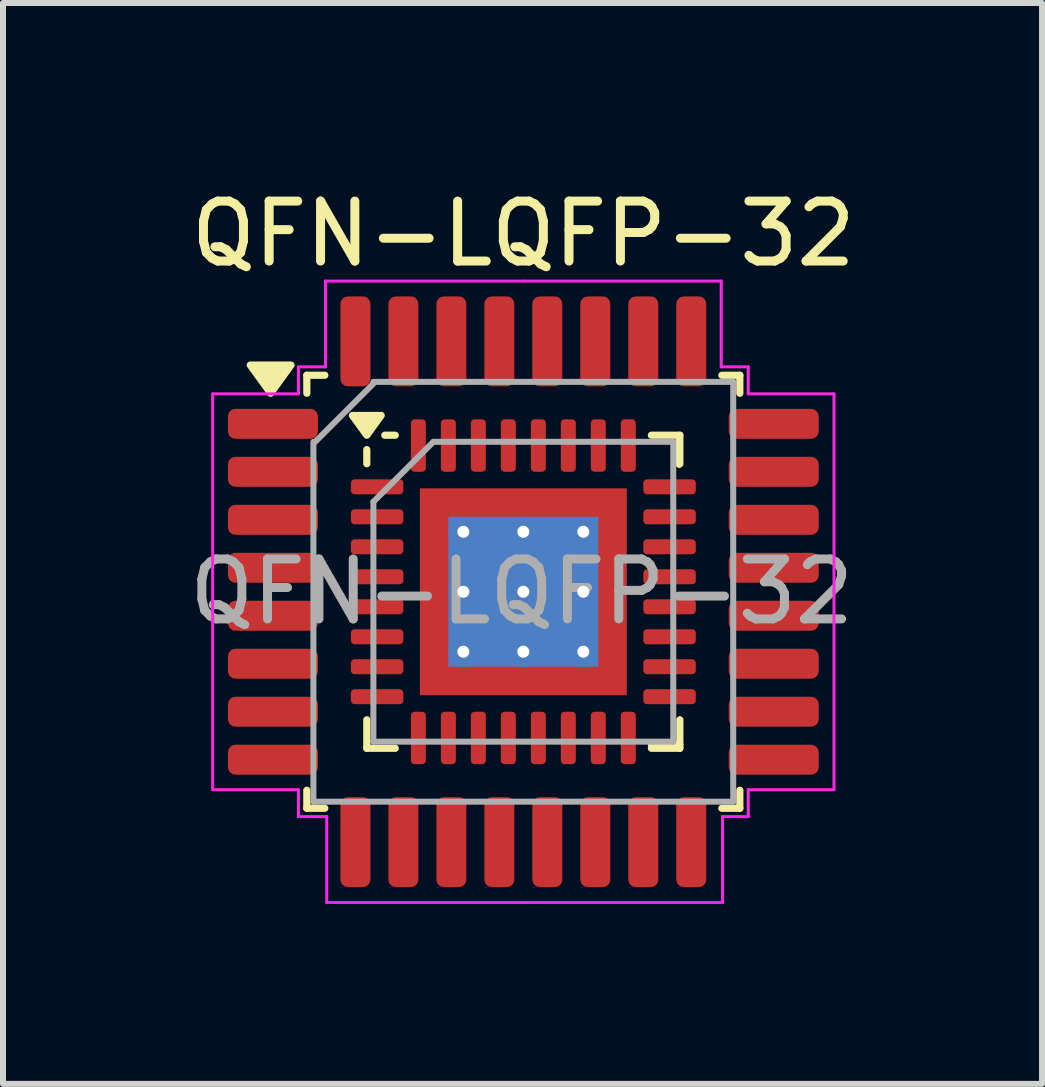
<source format=kicad_pcb>
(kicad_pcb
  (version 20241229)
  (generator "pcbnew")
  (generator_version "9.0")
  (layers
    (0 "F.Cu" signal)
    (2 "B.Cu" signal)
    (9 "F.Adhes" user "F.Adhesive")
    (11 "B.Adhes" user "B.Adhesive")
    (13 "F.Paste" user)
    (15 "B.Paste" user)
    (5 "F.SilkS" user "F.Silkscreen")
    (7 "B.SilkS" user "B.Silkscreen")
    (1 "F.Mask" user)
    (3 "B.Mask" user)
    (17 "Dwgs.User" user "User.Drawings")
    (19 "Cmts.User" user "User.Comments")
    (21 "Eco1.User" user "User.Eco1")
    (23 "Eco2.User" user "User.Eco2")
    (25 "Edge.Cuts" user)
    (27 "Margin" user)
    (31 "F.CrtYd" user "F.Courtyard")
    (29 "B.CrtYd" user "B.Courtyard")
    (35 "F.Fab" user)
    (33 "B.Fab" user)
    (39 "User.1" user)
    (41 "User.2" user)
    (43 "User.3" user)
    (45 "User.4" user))
  (footprint "QFN-LQFP-32"
    (layer "F.Cu")
    (at 5.676 6.817)
    (property "Reference" "QFN-LQFP-32" (at 0 -5.969 0) (layer "F.SilkS") (effects (font (size 1 1) (thickness 0.15))))
    (attr smd)
    (fp_line (start -3.61 -3.61) (end -3.61 -3.31) (stroke (width 0.12) (type solid)) (layer "F.SilkS"))
    (fp_line (start -3.61 3.61) (end -3.61 3.31) (stroke (width 0.12) (type solid)) (layer "F.SilkS"))
    (fp_line (start -3.31 -3.61) (end -3.61 -3.61) (stroke (width 0.12) (type solid)) (layer "F.SilkS"))
    (fp_line (start -3.31 3.61) (end -3.61 3.61) (stroke (width 0.12) (type solid)) (layer "F.SilkS"))
    (fp_line (start -2.61 -2.135) (end -2.61 -2.37) (stroke (width 0.12) (type solid)) (layer "F.SilkS"))
    (fp_line (start -2.61 2.61) (end -2.61 2.135) (stroke (width 0.12) (type solid)) (layer "F.SilkS"))
    (fp_line (start -2.135 -2.61) (end -2.31 -2.61) (stroke (width 0.12) (type solid)) (layer "F.SilkS"))
    (fp_line (start -2.135 2.61) (end -2.61 2.61) (stroke (width 0.12) (type solid)) (layer "F.SilkS"))
    (fp_line (start 2.135 -2.61) (end 2.61 -2.61) (stroke (width 0.12) (type solid)) (layer "F.SilkS"))
    (fp_line (start 2.135 2.61) (end 2.61 2.61) (stroke (width 0.12) (type solid)) (layer "F.SilkS"))
    (fp_line (start 2.6 -2.6) (end 2.6 -2.125) (stroke (width 0.12) (type solid)) (layer "F.SilkS"))
    (fp_line (start 2.61 -2.61) (end 2.61 -2.135) (stroke (width 0.12) (type solid)) (layer "F.SilkS"))
    (fp_line (start 2.61 2.55) (end 2.135 2.55) (stroke (width 0.12) (type solid)) (layer "F.SilkS"))
    (fp_line (start 2.61 2.61) (end 2.61 2.135) (stroke (width 0.12) (type solid)) (layer "F.SilkS"))
    (fp_line (start 3.31 -3.61) (end 3.61 -3.61) (stroke (width 0.12) (type solid)) (layer "F.SilkS"))
    (fp_line (start 3.31 3.61) (end 3.61 3.61) (stroke (width 0.12) (type solid)) (layer "F.SilkS"))
    (fp_line (start 3.61 -3.61) (end 3.61 -3.31) (stroke (width 0.12) (type solid)) (layer "F.SilkS"))
    (fp_line (start 3.61 3.61) (end 3.61 3.31) (stroke (width 0.12) (type solid)) (layer "F.SilkS"))
    (fp_poly (pts (xy -4.213 -3.31) (xy -4.553 -3.78) (xy -3.873 -3.78) (xy -4.213 -3.31)) (stroke (width 0.12) (type solid)) (fill yes) (layer "F.SilkS"))
    (fp_poly (pts (xy -2.61 -2.61) (xy -2.85 -2.94) (xy -2.37 -2.94) (xy -2.61 -2.61)) (stroke (width 0.12) (type solid)) (fill yes) (layer "F.SilkS"))
    (fp_line (start -5.18 -3.3) (end -5.18 0) (stroke (width 0.05) (type solid)) (layer "F.CrtYd"))
    (fp_line (start -5.18 3.3) (end -5.18 0) (stroke (width 0.05) (type solid)) (layer "F.CrtYd"))
    (fp_line (start -3.75 -3.75) (end -3.75 -3.3) (stroke (width 0.05) (type solid)) (layer "F.CrtYd"))
    (fp_line (start -3.75 -3.3) (end -5.18 -3.3) (stroke (width 0.05) (type solid)) (layer "F.CrtYd"))
    (fp_line (start -3.75 3.3) (end -5.18 3.3) (stroke (width 0.05) (type solid)) (layer "F.CrtYd"))
    (fp_line (start -3.75 3.75) (end -3.75 3.3) (stroke (width 0.05) (type solid)) (layer "F.CrtYd"))
    (fp_line (start -3.3 -5.18) (end -3.3 -3.75) (stroke (width 0.05) (type solid)) (layer "F.CrtYd"))
    (fp_line (start -3.3 -3.75) (end -3.75 -3.75) (stroke (width 0.05) (type solid)) (layer "F.CrtYd"))
    (fp_line (start -3.278 3.75) (end -3.75 3.75) (stroke (width 0.05) (type solid)) (layer "F.CrtYd"))
    (fp_line (start -3.278 3.75) (end -3.278 5.18) (stroke (width 0.05) (type solid)) (layer "F.CrtYd"))
    (fp_line (start -3.278 5.18) (end 0.022 5.18) (stroke (width 0.05) (type solid)) (layer "F.CrtYd"))
    (fp_line (start 0 -5.18) (end -3.3 -5.18) (stroke (width 0.05) (type solid)) (layer "F.CrtYd"))
    (fp_line (start 0 -5.18) (end 3.3 -5.18) (stroke (width 0.05) (type solid)) (layer "F.CrtYd"))
    (fp_line (start 3.3 -5.18) (end 3.3 -3.75) (stroke (width 0.05) (type solid)) (layer "F.CrtYd"))
    (fp_line (start 3.3 -3.75) (end 3.75 -3.75) (stroke (width 0.05) (type solid)) (layer "F.CrtYd"))
    (fp_line (start 3.322 3.75) (end 3.322 5.18) (stroke (width 0.05) (type solid)) (layer "F.CrtYd"))
    (fp_line (start 3.322 3.75) (end 3.75 3.75) (stroke (width 0.05) (type solid)) (layer "F.CrtYd"))
    (fp_line (start 3.322 5.18) (end 0.022 5.18) (stroke (width 0.05) (type solid)) (layer "F.CrtYd"))
    (fp_line (start 3.75 -3.75) (end 3.75 -3.3) (stroke (width 0.05) (type solid)) (layer "F.CrtYd"))
    (fp_line (start 3.75 -3.3) (end 5.18 -3.3) (stroke (width 0.05) (type solid)) (layer "F.CrtYd"))
    (fp_line (start 3.75 3.3) (end 5.18 3.3) (stroke (width 0.05) (type solid)) (layer "F.CrtYd"))
    (fp_line (start 3.75 3.75) (end 3.75 3.3) (stroke (width 0.05) (type solid)) (layer "F.CrtYd"))
    (fp_line (start 5.18 -3.3) (end 5.18 0) (stroke (width 0.05) (type solid)) (layer "F.CrtYd"))
    (fp_line (start 5.18 3.3) (end 5.18 0) (stroke (width 0.05) (type solid)) (layer "F.CrtYd"))
    (fp_line (start -3.5 3.5) (end -3.5 -2.5) (stroke (width 0.1) (type solid)) (layer "F.Fab"))
    (fp_line (start -3.473 -2.498) (end -2.473 -3.498) (stroke (width 0.1) (type solid)) (layer "F.Fab"))
    (fp_line (start -2.5 -3.5) (end 3.5 -3.5) (stroke (width 0.1) (type solid)) (layer "F.Fab"))
    (fp_line (start -2.5 -1.5) (end -1.5 -2.5) (stroke (width 0.1) (type solid)) (layer "F.Fab"))
    (fp_line (start -2.5 2.5) (end -2.5 -1.5) (stroke (width 0.1) (type solid)) (layer "F.Fab"))
    (fp_line (start -1.5 -2.5) (end 2.5 -2.5) (stroke (width 0.1) (type solid)) (layer "F.Fab"))
    (fp_line (start 2.5 -2.5) (end 2.5 2.5) (stroke (width 0.1) (type solid)) (layer "F.Fab"))
    (fp_line (start 2.5 2.5) (end -2.5 2.5) (stroke (width 0.1) (type solid)) (layer "F.Fab"))
    (fp_line (start 3.5 -3.5) (end 3.5 3.5) (stroke (width 0.1) (type solid)) (layer "F.Fab"))
    (fp_line (start 3.5 3.5) (end -3.5 3.5) (stroke (width 0.1) (type solid)) (layer "F.Fab"))
    (fp_text user "${REFERENCE}" (at -0.027 -0.002 0) (layer "F.Fab") (effects (font (size 1 1) (thickness 0.15))))
    (pad "" smd custom (at -1.363 -1.363) (size 0.484 0.484) (layers "F.Paste") (options (anchor circle)) (primitives (gr_poly (pts (xy -0.192 -0.192) (xy 0.192 -0.192) (xy 0.192 0.108) (xy 0.108 0.192) (xy -0.192 0.192)) (width 0.201) (fill yes))))
    (pad "" smd custom (at -1.363 -0.5) (size 0.503 0.503) (layers "F.Paste") (options (anchor circle)) (primitives (gr_poly (pts (xy -0.21 -0.321) (xy 0.143 -0.321) (xy 0.21 -0.254) (xy 0.21 0.254) (xy 0.143 0.321) (xy -0.21 0.321)) (width 0.164) (fill yes))))
    (pad "" smd custom (at -1.363 0.5) (size 0.503 0.503) (layers "F.Paste") (options (anchor circle)) (primitives (gr_poly (pts (xy -0.21 -0.321) (xy 0.143 -0.321) (xy 0.21 -0.254) (xy 0.21 0.254) (xy 0.143 0.321) (xy -0.21 0.321)) (width 0.164) (fill yes))))
    (pad "" smd custom (at -1.363 1.363) (size 0.484 0.484) (layers "F.Paste") (options (anchor circle)) (primitives (gr_poly (pts (xy -0.192 -0.192) (xy 0.108 -0.192) (xy 0.192 -0.108) (xy 0.192 0.192) (xy -0.192 0.192)) (width 0.201) (fill yes))))
    (pad "" smd custom (at -0.5 -1.363) (size 0.503 0.503) (layers "F.Paste") (options (anchor circle)) (primitives (gr_poly (pts (xy -0.321 -0.21) (xy 0.321 -0.21) (xy 0.321 0.143) (xy 0.254 0.21) (xy -0.254 0.21) (xy -0.321 0.143)) (width 0.164) (fill yes))))
    (pad "" smd roundrect (at -0.5 -0.5) (size 0.806 0.806) (layers "F.Paste") (roundrect_rratio 0.25))
    (pad "" smd roundrect (at -0.5 0.5) (size 0.806 0.806) (layers "F.Paste") (roundrect_rratio 0.25))
    (pad "" smd custom (at -0.5 1.363) (size 0.503 0.503) (layers "F.Paste") (options (anchor circle)) (primitives (gr_poly (pts (xy -0.321 -0.143) (xy -0.254 -0.21) (xy 0.254 -0.21) (xy 0.321 -0.143) (xy 0.321 0.21) (xy -0.321 0.21)) (width 0.164) (fill yes))))
    (pad "" smd custom (at 0.5 -1.363) (size 0.503 0.503) (layers "F.Paste") (options (anchor circle)) (primitives (gr_poly (pts (xy -0.321 -0.21) (xy 0.321 -0.21) (xy 0.321 0.143) (xy 0.254 0.21) (xy -0.254 0.21) (xy -0.321 0.143)) (width 0.164) (fill yes))))
    (pad "" smd roundrect (at 0.5 -0.5) (size 0.806 0.806) (layers "F.Paste") (roundrect_rratio 0.25))
    (pad "" smd roundrect (at 0.5 0.5) (size 0.806 0.806) (layers "F.Paste") (roundrect_rratio 0.25))
    (pad "" smd custom (at 0.5 1.363) (size 0.503 0.503) (layers "F.Paste") (options (anchor circle)) (primitives (gr_poly (pts (xy -0.321 -0.143) (xy -0.254 -0.21) (xy 0.254 -0.21) (xy 0.321 -0.143) (xy 0.321 0.21) (xy -0.321 0.21)) (width 0.164) (fill yes))))
    (pad "" smd custom (at 1.363 -1.363) (size 0.484 0.484) (layers "F.Paste") (options (anchor circle)) (primitives (gr_poly (pts (xy -0.192 -0.192) (xy 0.192 -0.192) (xy 0.192 0.192) (xy -0.108 0.192) (xy -0.192 0.108)) (width 0.201) (fill yes))))
    (pad "" smd custom (at 1.363 -0.5) (size 0.503 0.503) (layers "F.Paste") (options (anchor circle)) (primitives (gr_poly (pts (xy -0.21 -0.254) (xy -0.143 -0.321) (xy 0.21 -0.321) (xy 0.21 0.321) (xy -0.143 0.321) (xy -0.21 0.254)) (width 0.164) (fill yes))))
    (pad "" smd custom (at 1.363 0.5) (size 0.503 0.503) (layers "F.Paste") (options (anchor circle)) (primitives (gr_poly (pts (xy -0.21 -0.254) (xy -0.143 -0.321) (xy 0.21 -0.321) (xy 0.21 0.321) (xy -0.143 0.321) (xy -0.21 0.254)) (width 0.164) (fill yes))))
    (pad "" smd custom (at 1.363 1.363) (size 0.484 0.484) (layers "F.Paste") (options (anchor circle)) (primitives (gr_poly (pts (xy -0.192 -0.108) (xy -0.108 -0.192) (xy 0.192 -0.192) (xy 0.192 0.192) (xy -0.192 0.192)) (width 0.201) (fill yes))))
    (pad "1" smd roundrect (at -4.175 -2.8) (size 1.5 0.5) (layers "F.Cu" "F.Mask" "F.Paste") (roundrect_rratio 0.25))
    (pad "1" smd roundrect (at -2.438 -1.75) (size 0.875 0.25) (layers "F.Cu" "F.Mask" "F.Paste") (roundrect_rratio 0.25))
    (pad "2" smd roundrect (at -4.175 -2) (size 1.5 0.5) (layers "F.Cu" "F.Mask" "F.Paste") (roundrect_rratio 0.25))
    (pad "2" smd roundrect (at -2.438 -1.25) (size 0.875 0.25) (layers "F.Cu" "F.Mask" "F.Paste") (roundrect_rratio 0.25))
    (pad "3" smd roundrect (at -4.175 -1.2) (size 1.5 0.5) (layers "F.Cu" "F.Mask" "F.Paste") (roundrect_rratio 0.25))
    (pad "3" smd roundrect (at -2.438 -0.75) (size 0.875 0.25) (layers "F.Cu" "F.Mask" "F.Paste") (roundrect_rratio 0.25))
    (pad "4" smd roundrect (at -4.175 -0.4) (size 1.5 0.5) (layers "F.Cu" "F.Mask" "F.Paste") (roundrect_rratio 0.25))
    (pad "4" smd roundrect (at -2.438 -0.25) (size 0.875 0.25) (layers "F.Cu" "F.Mask" "F.Paste") (roundrect_rratio 0.25))
    (pad "5" smd roundrect (at -4.175 0.4) (size 1.5 0.5) (layers "F.Cu" "F.Mask" "F.Paste") (roundrect_rratio 0.25))
    (pad "5" smd roundrect (at -2.438 0.25) (size 0.875 0.25) (layers "F.Cu" "F.Mask" "F.Paste") (roundrect_rratio 0.25))
    (pad "6" smd roundrect (at -4.175 1.2) (size 1.5 0.5) (layers "F.Cu" "F.Mask" "F.Paste") (roundrect_rratio 0.25))
    (pad "6" smd roundrect (at -2.438 0.75) (size 0.875 0.25) (layers "F.Cu" "F.Mask" "F.Paste") (roundrect_rratio 0.25))
    (pad "7" smd roundrect (at -4.175 2) (size 1.5 0.5) (layers "F.Cu" "F.Mask" "F.Paste") (roundrect_rratio 0.25))
    (pad "7" smd roundrect (at -2.438 1.25) (size 0.875 0.25) (layers "F.Cu" "F.Mask" "F.Paste") (roundrect_rratio 0.25))
    (pad "8" smd roundrect (at -4.175 2.8) (size 1.5 0.5) (layers "F.Cu" "F.Mask" "F.Paste") (roundrect_rratio 0.25))
    (pad "8" smd roundrect (at -2.438 1.75) (size 0.875 0.25) (layers "F.Cu" "F.Mask" "F.Paste") (roundrect_rratio 0.25))
    (pad "9" smd roundrect (at -2.8 4.175) (size 0.5 1.5) (layers "F.Cu" "F.Mask" "F.Paste") (roundrect_rratio 0.25))
    (pad "9" smd roundrect (at -1.75 2.438) (size 0.25 0.875) (layers "F.Cu" "F.Mask" "F.Paste") (roundrect_rratio 0.25))
    (pad "10" smd roundrect (at -2 4.175) (size 0.5 1.5) (layers "F.Cu" "F.Mask" "F.Paste") (roundrect_rratio 0.25))
    (pad "10" smd roundrect (at -1.25 2.438) (size 0.25 0.875) (layers "F.Cu" "F.Mask" "F.Paste") (roundrect_rratio 0.25))
    (pad "11" smd roundrect (at -1.2 4.175) (size 0.5 1.5) (layers "F.Cu" "F.Mask" "F.Paste") (roundrect_rratio 0.25))
    (pad "11" smd roundrect (at -0.75 2.438) (size 0.25 0.875) (layers "F.Cu" "F.Mask" "F.Paste") (roundrect_rratio 0.25))
    (pad "12" smd roundrect (at -0.4 4.175) (size 0.5 1.5) (layers "F.Cu" "F.Mask" "F.Paste") (roundrect_rratio 0.25))
    (pad "12" smd roundrect (at -0.25 2.438) (size 0.25 0.875) (layers "F.Cu" "F.Mask" "F.Paste") (roundrect_rratio 0.25))
    (pad "13" smd roundrect (at 0.25 2.438) (size 0.25 0.875) (layers "F.Cu" "F.Mask" "F.Paste") (roundrect_rratio 0.25))
    (pad "13" smd roundrect (at 0.4 4.175) (size 0.5 1.5) (layers "F.Cu" "F.Mask" "F.Paste") (roundrect_rratio 0.25))
    (pad "14" smd roundrect (at 0.75 2.438) (size 0.25 0.875) (layers "F.Cu" "F.Mask" "F.Paste") (roundrect_rratio 0.25))
    (pad "14" smd roundrect (at 1.2 4.175) (size 0.5 1.5) (layers "F.Cu" "F.Mask" "F.Paste") (roundrect_rratio 0.25))
    (pad "15" smd roundrect (at 1.25 2.438) (size 0.25 0.875) (layers "F.Cu" "F.Mask" "F.Paste") (roundrect_rratio 0.25))
    (pad "15" smd roundrect (at 2 4.175) (size 0.5 1.5) (layers "F.Cu" "F.Mask" "F.Paste") (roundrect_rratio 0.25))
    (pad "16" smd roundrect (at 1.75 2.438) (size 0.25 0.875) (layers "F.Cu" "F.Mask" "F.Paste") (roundrect_rratio 0.25))
    (pad "16" smd roundrect (at 2.8 4.175) (size 0.5 1.5) (layers "F.Cu" "F.Mask" "F.Paste") (roundrect_rratio 0.25))
    (pad "17" smd roundrect (at 2.438 1.75) (size 0.875 0.25) (layers "F.Cu" "F.Mask" "F.Paste") (roundrect_rratio 0.25))
    (pad "17" smd roundrect (at 4.175 2.8) (size 1.5 0.5) (layers "F.Cu" "F.Mask" "F.Paste") (roundrect_rratio 0.25))
    (pad "18" smd roundrect (at 2.438 1.25) (size 0.875 0.25) (layers "F.Cu" "F.Mask" "F.Paste") (roundrect_rratio 0.25))
    (pad "18" smd roundrect (at 4.175 2) (size 1.5 0.5) (layers "F.Cu" "F.Mask" "F.Paste") (roundrect_rratio 0.25))
    (pad "19" smd roundrect (at 2.438 0.75) (size 0.875 0.25) (layers "F.Cu" "F.Mask" "F.Paste") (roundrect_rratio 0.25))
    (pad "19" smd roundrect (at 4.175 1.2) (size 1.5 0.5) (layers "F.Cu" "F.Mask" "F.Paste") (roundrect_rratio 0.25))
    (pad "20" smd roundrect (at 2.438 0.25) (size 0.875 0.25) (layers "F.Cu" "F.Mask" "F.Paste") (roundrect_rratio 0.25))
    (pad "20" smd roundrect (at 4.175 0.4) (size 1.5 0.5) (layers "F.Cu" "F.Mask" "F.Paste") (roundrect_rratio 0.25))
    (pad "21" smd roundrect (at 2.438 -0.25) (size 0.875 0.25) (layers "F.Cu" "F.Mask" "F.Paste") (roundrect_rratio 0.25))
    (pad "21" smd roundrect (at 4.175 -0.4) (size 1.5 0.5) (layers "F.Cu" "F.Mask" "F.Paste") (roundrect_rratio 0.25))
    (pad "22" smd roundrect (at 2.438 -0.75) (size 0.875 0.25) (layers "F.Cu" "F.Mask" "F.Paste") (roundrect_rratio 0.25))
    (pad "22" smd roundrect (at 4.175 -1.2) (size 1.5 0.5) (layers "F.Cu" "F.Mask" "F.Paste") (roundrect_rratio 0.25))
    (pad "23" smd roundrect (at 2.438 -1.25) (size 0.875 0.25) (layers "F.Cu" "F.Mask" "F.Paste") (roundrect_rratio 0.25))
    (pad "23" smd roundrect (at 4.175 -2) (size 1.5 0.5) (layers "F.Cu" "F.Mask" "F.Paste") (roundrect_rratio 0.25))
    (pad "24" smd roundrect (at 2.438 -1.75) (size 0.875 0.25) (layers "F.Cu" "F.Mask" "F.Paste") (roundrect_rratio 0.25))
    (pad "24" smd roundrect (at 4.175 -2.8) (size 1.5 0.5) (layers "F.Cu" "F.Mask" "F.Paste") (roundrect_rratio 0.25))
    (pad "25" smd roundrect (at 1.75 -2.438) (size 0.25 0.875) (layers "F.Cu" "F.Mask" "F.Paste") (roundrect_rratio 0.25))
    (pad "25" smd roundrect (at 2.8 -4.175) (size 0.5 1.5) (layers "F.Cu" "F.Mask" "F.Paste") (roundrect_rratio 0.25))
    (pad "26" smd roundrect (at 1.25 -2.438) (size 0.25 0.875) (layers "F.Cu" "F.Mask" "F.Paste") (roundrect_rratio 0.25))
    (pad "26" smd roundrect (at 2 -4.175) (size 0.5 1.5) (layers "F.Cu" "F.Mask" "F.Paste") (roundrect_rratio 0.25))
    (pad "27" smd roundrect (at 0.75 -2.438) (size 0.25 0.875) (layers "F.Cu" "F.Mask" "F.Paste") (roundrect_rratio 0.25))
    (pad "27" smd roundrect (at 1.2 -4.175) (size 0.5 1.5) (layers "F.Cu" "F.Mask" "F.Paste") (roundrect_rratio 0.25))
    (pad "28" smd roundrect (at 0.25 -2.438) (size 0.25 0.875) (layers "F.Cu" "F.Mask" "F.Paste") (roundrect_rratio 0.25))
    (pad "28" smd roundrect (at 0.4 -4.175) (size 0.5 1.5) (layers "F.Cu" "F.Mask" "F.Paste") (roundrect_rratio 0.25))
    (pad "29" smd roundrect (at -0.4 -4.175) (size 0.5 1.5) (layers "F.Cu" "F.Mask" "F.Paste") (roundrect_rratio 0.25))
    (pad "29" smd roundrect (at -0.25 -2.438) (size 0.25 0.875) (layers "F.Cu" "F.Mask" "F.Paste") (roundrect_rratio 0.25))
    (pad "30" smd roundrect (at -1.2 -4.175) (size 0.5 1.5) (layers "F.Cu" "F.Mask" "F.Paste") (roundrect_rratio 0.25))
    (pad "30" smd roundrect (at -0.75 -2.438) (size 0.25 0.875) (layers "F.Cu" "F.Mask" "F.Paste") (roundrect_rratio 0.25))
    (pad "31" smd roundrect (at -2 -4.175) (size 0.5 1.5) (layers "F.Cu" "F.Mask" "F.Paste") (roundrect_rratio 0.25))
    (pad "31" smd roundrect (at -1.25 -2.438) (size 0.25 0.875) (layers "F.Cu" "F.Mask" "F.Paste") (roundrect_rratio 0.25))
    (pad "32" smd roundrect (at -2.8 -4.175) (size 0.5 1.5) (layers "F.Cu" "F.Mask" "F.Paste") (roundrect_rratio 0.25))
    (pad "32" smd roundrect (at -1.75 -2.438) (size 0.25 0.875) (layers "F.Cu" "F.Mask" "F.Paste") (roundrect_rratio 0.25))
    (pad "33" thru_hole circle (at -1 -1) (size 0.5 0.5) (drill 0.2) (property pad_prop_heatsink) (layers "*.Cu"))
    (pad "33" thru_hole circle (at -1 0) (size 0.5 0.5) (drill 0.2) (property pad_prop_heatsink) (layers "*.Cu"))
    (pad "33" thru_hole circle (at -1 1) (size 0.5 0.5) (drill 0.2) (property pad_prop_heatsink) (layers "*.Cu"))
    (pad "33" thru_hole circle (at 0 -1) (size 0.5 0.5) (drill 0.2) (property pad_prop_heatsink) (layers "*.Cu"))
    (pad "33" thru_hole circle (at 0 0) (size 0.5 0.5) (drill 0.2) (property pad_prop_heatsink) (layers "*.Cu"))
    (pad "33" smd rect (at 0 0) (size 2.5 2.5) (property pad_prop_heatsink) (layers "B.Cu"))
    (pad "33" smd rect (at 0 0) (size 3.45 3.45) (property pad_prop_heatsink) (layers "F.Cu" "F.Mask"))
    (pad "33" thru_hole circle (at 0 1) (size 0.5 0.5) (drill 0.2) (property pad_prop_heatsink) (layers "*.Cu"))
    (pad "33" thru_hole circle (at 1 -1) (size 0.5 0.5) (drill 0.2) (property pad_prop_heatsink) (layers "*.Cu"))
    (pad "33" thru_hole circle (at 1 0) (size 0.5 0.5) (drill 0.2) (property pad_prop_heatsink) (layers "*.Cu"))
    (pad "33" thru_hole circle (at 1 1) (size 0.5 0.5) (drill 0.2) (property pad_prop_heatsink) (layers "*.Cu")))
  (gr_rect
    (start -3 -3)
    (end 14.325 15.022)
    (stroke (width 0.1) (type default))
    (fill no)
    (layer "Edge.Cuts")))
</source>
